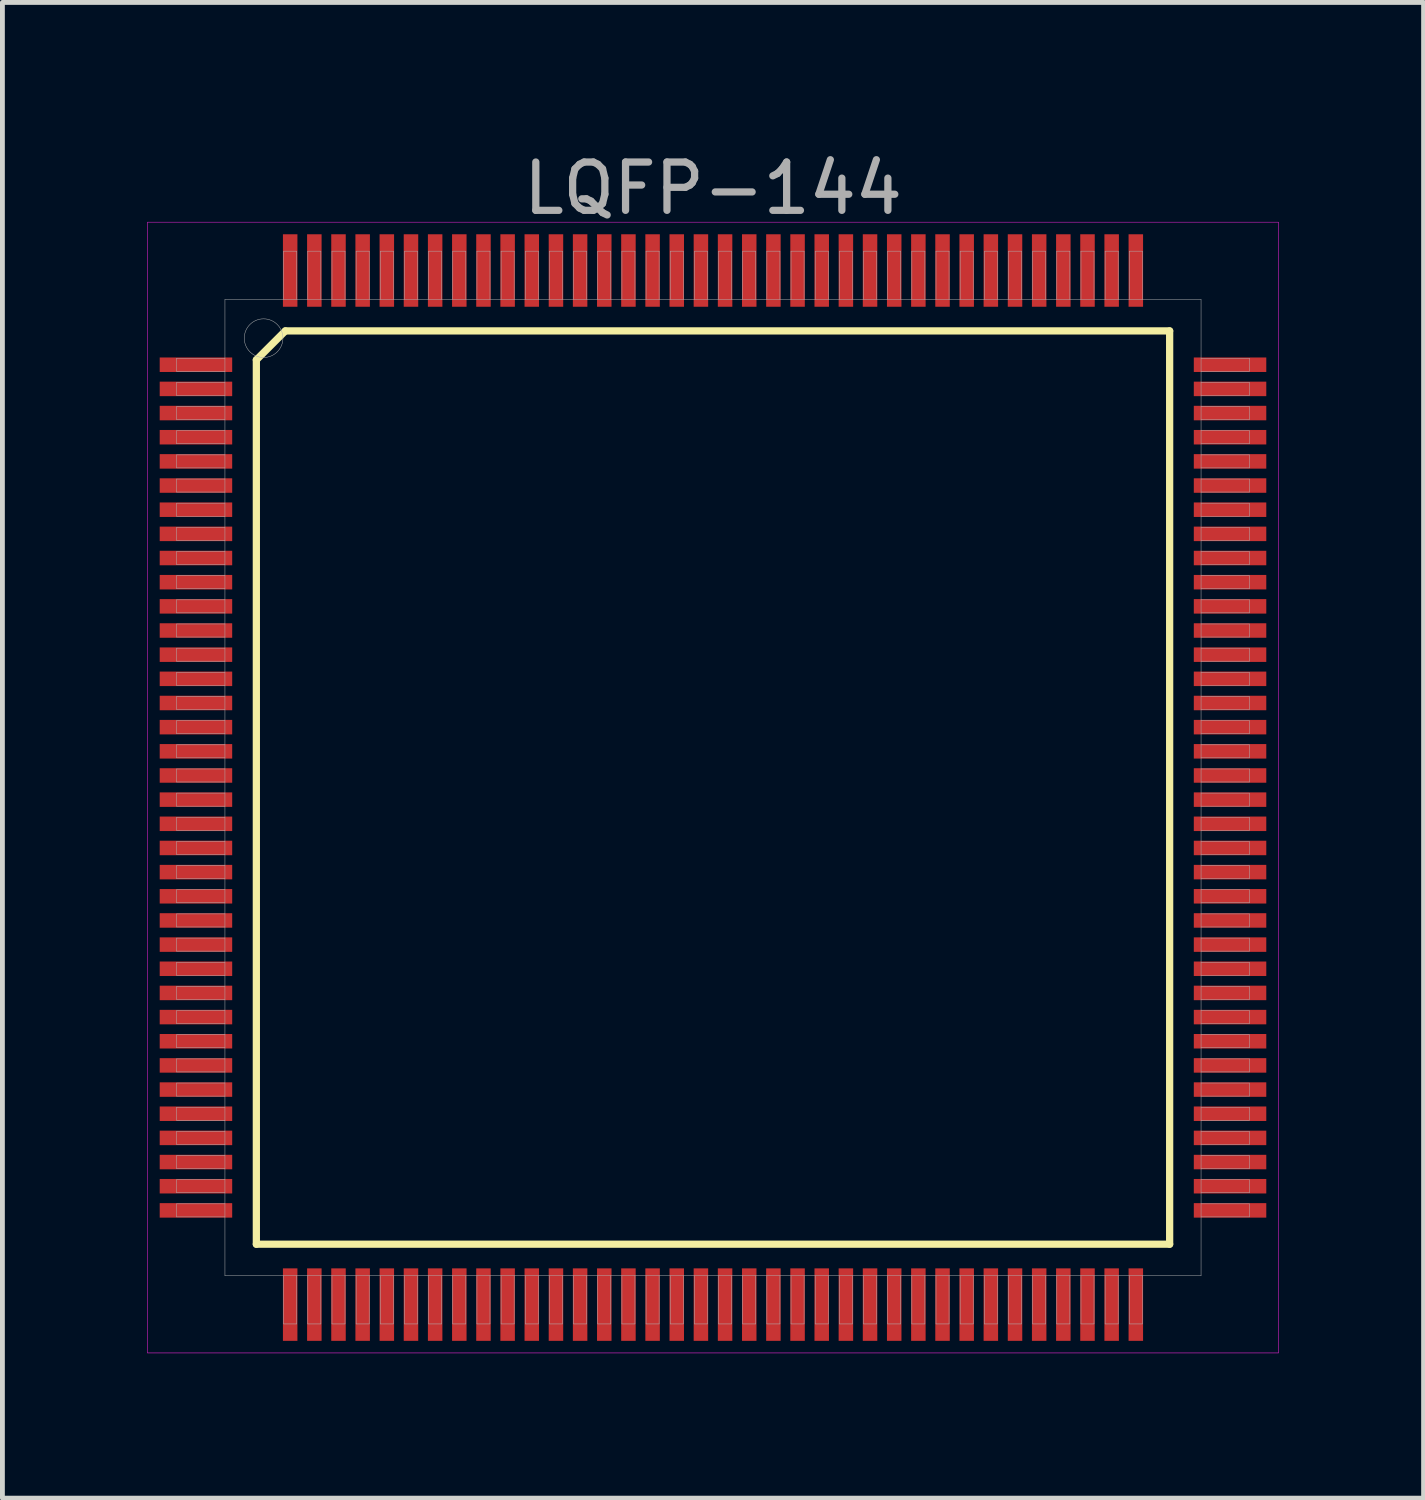
<source format=kicad_pcb>
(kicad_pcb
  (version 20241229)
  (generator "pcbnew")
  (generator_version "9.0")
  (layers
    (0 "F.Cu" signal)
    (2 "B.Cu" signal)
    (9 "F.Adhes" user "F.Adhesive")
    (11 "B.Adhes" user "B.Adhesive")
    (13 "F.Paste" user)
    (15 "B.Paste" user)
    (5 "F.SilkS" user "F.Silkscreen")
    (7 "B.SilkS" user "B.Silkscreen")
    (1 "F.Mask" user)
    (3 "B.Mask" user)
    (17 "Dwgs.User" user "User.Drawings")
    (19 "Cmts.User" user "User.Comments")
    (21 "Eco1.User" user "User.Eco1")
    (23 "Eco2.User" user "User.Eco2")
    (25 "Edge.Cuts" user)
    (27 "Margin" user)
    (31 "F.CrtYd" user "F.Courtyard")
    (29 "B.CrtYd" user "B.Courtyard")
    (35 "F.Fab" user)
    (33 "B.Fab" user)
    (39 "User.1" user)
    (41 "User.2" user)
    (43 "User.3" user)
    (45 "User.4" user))
  (footprint "LQFP-144"
    (layer "F.Cu")
    (at 11.705 13.248)
    (property "Reference" "LQFP-144" (at 0 -12.4 0) (layer "F.Fab") (effects (font (size 1 1) (thickness 0.15))))
    (attr smd)
    (fp_line (start -9.45 -8.85) (end -8.85 -9.45) (stroke (width 0.15) (type solid)) (layer "F.SilkS"))
    (fp_line (start -9.45 9.45) (end -9.45 -8.85) (stroke (width 0.15) (type solid)) (layer "F.SilkS"))
    (fp_line (start -8.85 -9.45) (end 9.45 -9.45) (stroke (width 0.15) (type solid)) (layer "F.SilkS"))
    (fp_line (start 9.45 -9.45) (end 9.45 9.45) (stroke (width 0.15) (type solid)) (layer "F.SilkS"))
    (fp_line (start 9.45 9.45) (end -9.45 9.45) (stroke (width 0.15) (type solid)) (layer "F.SilkS"))
    (fp_line (start -11.7 -11.7) (end 11.7 -11.7) (stroke (width 0.01) (type solid)) (layer "F.CrtYd"))
    (fp_line (start -11.7 11.7) (end -11.7 -11.7) (stroke (width 0.01) (type solid)) (layer "F.CrtYd"))
    (fp_line (start 11.7 -11.7) (end 11.7 11.7) (stroke (width 0.01) (type solid)) (layer "F.CrtYd"))
    (fp_line (start 11.7 11.7) (end -11.7 11.7) (stroke (width 0.01) (type solid)) (layer "F.CrtYd"))
    (fp_line (start -11.1 -8.885) (end -10.1 -8.885) (stroke (width 0.01) (type solid)) (layer "F.Fab"))
    (fp_line (start -11.1 -8.615) (end -11.1 -8.885) (stroke (width 0.01) (type solid)) (layer "F.Fab"))
    (fp_line (start -11.1 -8.385) (end -10.1 -8.385) (stroke (width 0.01) (type solid)) (layer "F.Fab"))
    (fp_line (start -11.1 -8.115) (end -11.1 -8.385) (stroke (width 0.01) (type solid)) (layer "F.Fab"))
    (fp_line (start -11.1 -7.885) (end -10.1 -7.885) (stroke (width 0.01) (type solid)) (layer "F.Fab"))
    (fp_line (start -11.1 -7.615) (end -11.1 -7.885) (stroke (width 0.01) (type solid)) (layer "F.Fab"))
    (fp_line (start -11.1 -7.385) (end -10.1 -7.385) (stroke (width 0.01) (type solid)) (layer "F.Fab"))
    (fp_line (start -11.1 -7.115) (end -11.1 -7.385) (stroke (width 0.01) (type solid)) (layer "F.Fab"))
    (fp_line (start -11.1 -6.885) (end -10.1 -6.885) (stroke (width 0.01) (type solid)) (layer "F.Fab"))
    (fp_line (start -11.1 -6.615) (end -11.1 -6.885) (stroke (width 0.01) (type solid)) (layer "F.Fab"))
    (fp_line (start -11.1 -6.385) (end -10.1 -6.385) (stroke (width 0.01) (type solid)) (layer "F.Fab"))
    (fp_line (start -11.1 -6.115) (end -11.1 -6.385) (stroke (width 0.01) (type solid)) (layer "F.Fab"))
    (fp_line (start -11.1 -5.885) (end -10.1 -5.885) (stroke (width 0.01) (type solid)) (layer "F.Fab"))
    (fp_line (start -11.1 -5.615) (end -11.1 -5.885) (stroke (width 0.01) (type solid)) (layer "F.Fab"))
    (fp_line (start -11.1 -5.385) (end -10.1 -5.385) (stroke (width 0.01) (type solid)) (layer "F.Fab"))
    (fp_line (start -11.1 -5.115) (end -11.1 -5.385) (stroke (width 0.01) (type solid)) (layer "F.Fab"))
    (fp_line (start -11.1 -4.885) (end -10.1 -4.885) (stroke (width 0.01) (type solid)) (layer "F.Fab"))
    (fp_line (start -11.1 -4.615) (end -11.1 -4.885) (stroke (width 0.01) (type solid)) (layer "F.Fab"))
    (fp_line (start -11.1 -4.385) (end -10.1 -4.385) (stroke (width 0.01) (type solid)) (layer "F.Fab"))
    (fp_line (start -11.1 -4.115) (end -11.1 -4.385) (stroke (width 0.01) (type solid)) (layer "F.Fab"))
    (fp_line (start -11.1 -3.885) (end -10.1 -3.885) (stroke (width 0.01) (type solid)) (layer "F.Fab"))
    (fp_line (start -11.1 -3.615) (end -11.1 -3.885) (stroke (width 0.01) (type solid)) (layer "F.Fab"))
    (fp_line (start -11.1 -3.385) (end -10.1 -3.385) (stroke (width 0.01) (type solid)) (layer "F.Fab"))
    (fp_line (start -11.1 -3.115) (end -11.1 -3.385) (stroke (width 0.01) (type solid)) (layer "F.Fab"))
    (fp_line (start -11.1 -2.885) (end -10.1 -2.885) (stroke (width 0.01) (type solid)) (layer "F.Fab"))
    (fp_line (start -11.1 -2.615) (end -11.1 -2.885) (stroke (width 0.01) (type solid)) (layer "F.Fab"))
    (fp_line (start -11.1 -2.385) (end -10.1 -2.385) (stroke (width 0.01) (type solid)) (layer "F.Fab"))
    (fp_line (start -11.1 -2.115) (end -11.1 -2.385) (stroke (width 0.01) (type solid)) (layer "F.Fab"))
    (fp_line (start -11.1 -1.885) (end -10.1 -1.885) (stroke (width 0.01) (type solid)) (layer "F.Fab"))
    (fp_line (start -11.1 -1.615) (end -11.1 -1.885) (stroke (width 0.01) (type solid)) (layer "F.Fab"))
    (fp_line (start -11.1 -1.385) (end -10.1 -1.385) (stroke (width 0.01) (type solid)) (layer "F.Fab"))
    (fp_line (start -11.1 -1.115) (end -11.1 -1.385) (stroke (width 0.01) (type solid)) (layer "F.Fab"))
    (fp_line (start -11.1 -0.885) (end -10.1 -0.885) (stroke (width 0.01) (type solid)) (layer "F.Fab"))
    (fp_line (start -11.1 -0.615) (end -11.1 -0.885) (stroke (width 0.01) (type solid)) (layer "F.Fab"))
    (fp_line (start -11.1 -0.385) (end -10.1 -0.385) (stroke (width 0.01) (type solid)) (layer "F.Fab"))
    (fp_line (start -11.1 -0.115) (end -11.1 -0.385) (stroke (width 0.01) (type solid)) (layer "F.Fab"))
    (fp_line (start -11.1 0.115) (end -10.1 0.115) (stroke (width 0.01) (type solid)) (layer "F.Fab"))
    (fp_line (start -11.1 0.385) (end -11.1 0.115) (stroke (width 0.01) (type solid)) (layer "F.Fab"))
    (fp_line (start -11.1 0.615) (end -10.1 0.615) (stroke (width 0.01) (type solid)) (layer "F.Fab"))
    (fp_line (start -11.1 0.885) (end -11.1 0.615) (stroke (width 0.01) (type solid)) (layer "F.Fab"))
    (fp_line (start -11.1 1.115) (end -10.1 1.115) (stroke (width 0.01) (type solid)) (layer "F.Fab"))
    (fp_line (start -11.1 1.385) (end -11.1 1.115) (stroke (width 0.01) (type solid)) (layer "F.Fab"))
    (fp_line (start -11.1 1.615) (end -10.1 1.615) (stroke (width 0.01) (type solid)) (layer "F.Fab"))
    (fp_line (start -11.1 1.885) (end -11.1 1.615) (stroke (width 0.01) (type solid)) (layer "F.Fab"))
    (fp_line (start -11.1 2.115) (end -10.1 2.115) (stroke (width 0.01) (type solid)) (layer "F.Fab"))
    (fp_line (start -11.1 2.385) (end -11.1 2.115) (stroke (width 0.01) (type solid)) (layer "F.Fab"))
    (fp_line (start -11.1 2.615) (end -10.1 2.615) (stroke (width 0.01) (type solid)) (layer "F.Fab"))
    (fp_line (start -11.1 2.885) (end -11.1 2.615) (stroke (width 0.01) (type solid)) (layer "F.Fab"))
    (fp_line (start -11.1 3.115) (end -10.1 3.115) (stroke (width 0.01) (type solid)) (layer "F.Fab"))
    (fp_line (start -11.1 3.385) (end -11.1 3.115) (stroke (width 0.01) (type solid)) (layer "F.Fab"))
    (fp_line (start -11.1 3.615) (end -10.1 3.615) (stroke (width 0.01) (type solid)) (layer "F.Fab"))
    (fp_line (start -11.1 3.885) (end -11.1 3.615) (stroke (width 0.01) (type solid)) (layer "F.Fab"))
    (fp_line (start -11.1 4.115) (end -10.1 4.115) (stroke (width 0.01) (type solid)) (layer "F.Fab"))
    (fp_line (start -11.1 4.385) (end -11.1 4.115) (stroke (width 0.01) (type solid)) (layer "F.Fab"))
    (fp_line (start -11.1 4.615) (end -10.1 4.615) (stroke (width 0.01) (type solid)) (layer "F.Fab"))
    (fp_line (start -11.1 4.885) (end -11.1 4.615) (stroke (width 0.01) (type solid)) (layer "F.Fab"))
    (fp_line (start -11.1 5.115) (end -10.1 5.115) (stroke (width 0.01) (type solid)) (layer "F.Fab"))
    (fp_line (start -11.1 5.385) (end -11.1 5.115) (stroke (width 0.01) (type solid)) (layer "F.Fab"))
    (fp_line (start -11.1 5.615) (end -10.1 5.615) (stroke (width 0.01) (type solid)) (layer "F.Fab"))
    (fp_line (start -11.1 5.885) (end -11.1 5.615) (stroke (width 0.01) (type solid)) (layer "F.Fab"))
    (fp_line (start -11.1 6.115) (end -10.1 6.115) (stroke (width 0.01) (type solid)) (layer "F.Fab"))
    (fp_line (start -11.1 6.385) (end -11.1 6.115) (stroke (width 0.01) (type solid)) (layer "F.Fab"))
    (fp_line (start -11.1 6.615) (end -10.1 6.615) (stroke (width 0.01) (type solid)) (layer "F.Fab"))
    (fp_line (start -11.1 6.885) (end -11.1 6.615) (stroke (width 0.01) (type solid)) (layer "F.Fab"))
    (fp_line (start -11.1 7.115) (end -10.1 7.115) (stroke (width 0.01) (type solid)) (layer "F.Fab"))
    (fp_line (start -11.1 7.385) (end -11.1 7.115) (stroke (width 0.01) (type solid)) (layer "F.Fab"))
    (fp_line (start -11.1 7.615) (end -10.1 7.615) (stroke (width 0.01) (type solid)) (layer "F.Fab"))
    (fp_line (start -11.1 7.885) (end -11.1 7.615) (stroke (width 0.01) (type solid)) (layer "F.Fab"))
    (fp_line (start -11.1 8.115) (end -10.1 8.115) (stroke (width 0.01) (type solid)) (layer "F.Fab"))
    (fp_line (start -11.1 8.385) (end -11.1 8.115) (stroke (width 0.01) (type solid)) (layer "F.Fab"))
    (fp_line (start -11.1 8.615) (end -10.1 8.615) (stroke (width 0.01) (type solid)) (layer "F.Fab"))
    (fp_line (start -11.1 8.885) (end -11.1 8.615) (stroke (width 0.01) (type solid)) (layer "F.Fab"))
    (fp_line (start -10.1 -10.1) (end 10.1 -10.1) (stroke (width 0.01) (type solid)) (layer "F.Fab"))
    (fp_line (start -10.1 -8.615) (end -11.1 -8.615) (stroke (width 0.01) (type solid)) (layer "F.Fab"))
    (fp_line (start -10.1 -8.115) (end -11.1 -8.115) (stroke (width 0.01) (type solid)) (layer "F.Fab"))
    (fp_line (start -10.1 -7.615) (end -11.1 -7.615) (stroke (width 0.01) (type solid)) (layer "F.Fab"))
    (fp_line (start -10.1 -7.115) (end -11.1 -7.115) (stroke (width 0.01) (type solid)) (layer "F.Fab"))
    (fp_line (start -10.1 -6.615) (end -11.1 -6.615) (stroke (width 0.01) (type solid)) (layer "F.Fab"))
    (fp_line (start -10.1 -6.115) (end -11.1 -6.115) (stroke (width 0.01) (type solid)) (layer "F.Fab"))
    (fp_line (start -10.1 -5.615) (end -11.1 -5.615) (stroke (width 0.01) (type solid)) (layer "F.Fab"))
    (fp_line (start -10.1 -5.115) (end -11.1 -5.115) (stroke (width 0.01) (type solid)) (layer "F.Fab"))
    (fp_line (start -10.1 -4.615) (end -11.1 -4.615) (stroke (width 0.01) (type solid)) (layer "F.Fab"))
    (fp_line (start -10.1 -4.115) (end -11.1 -4.115) (stroke (width 0.01) (type solid)) (layer "F.Fab"))
    (fp_line (start -10.1 -3.615) (end -11.1 -3.615) (stroke (width 0.01) (type solid)) (layer "F.Fab"))
    (fp_line (start -10.1 -3.115) (end -11.1 -3.115) (stroke (width 0.01) (type solid)) (layer "F.Fab"))
    (fp_line (start -10.1 -2.615) (end -11.1 -2.615) (stroke (width 0.01) (type solid)) (layer "F.Fab"))
    (fp_line (start -10.1 -2.115) (end -11.1 -2.115) (stroke (width 0.01) (type solid)) (layer "F.Fab"))
    (fp_line (start -10.1 -1.615) (end -11.1 -1.615) (stroke (width 0.01) (type solid)) (layer "F.Fab"))
    (fp_line (start -10.1 -1.115) (end -11.1 -1.115) (stroke (width 0.01) (type solid)) (layer "F.Fab"))
    (fp_line (start -10.1 -0.615) (end -11.1 -0.615) (stroke (width 0.01) (type solid)) (layer "F.Fab"))
    (fp_line (start -10.1 -0.115) (end -11.1 -0.115) (stroke (width 0.01) (type solid)) (layer "F.Fab"))
    (fp_line (start -10.1 0.385) (end -11.1 0.385) (stroke (width 0.01) (type solid)) (layer "F.Fab"))
    (fp_line (start -10.1 0.885) (end -11.1 0.885) (stroke (width 0.01) (type solid)) (layer "F.Fab"))
    (fp_line (start -10.1 1.385) (end -11.1 1.385) (stroke (width 0.01) (type solid)) (layer "F.Fab"))
    (fp_line (start -10.1 1.885) (end -11.1 1.885) (stroke (width 0.01) (type solid)) (layer "F.Fab"))
    (fp_line (start -10.1 2.385) (end -11.1 2.385) (stroke (width 0.01) (type solid)) (layer "F.Fab"))
    (fp_line (start -10.1 2.885) (end -11.1 2.885) (stroke (width 0.01) (type solid)) (layer "F.Fab"))
    (fp_line (start -10.1 3.385) (end -11.1 3.385) (stroke (width 0.01) (type solid)) (layer "F.Fab"))
    (fp_line (start -10.1 3.885) (end -11.1 3.885) (stroke (width 0.01) (type solid)) (layer "F.Fab"))
    (fp_line (start -10.1 4.385) (end -11.1 4.385) (stroke (width 0.01) (type solid)) (layer "F.Fab"))
    (fp_line (start -10.1 4.885) (end -11.1 4.885) (stroke (width 0.01) (type solid)) (layer "F.Fab"))
    (fp_line (start -10.1 5.385) (end -11.1 5.385) (stroke (width 0.01) (type solid)) (layer "F.Fab"))
    (fp_line (start -10.1 5.885) (end -11.1 5.885) (stroke (width 0.01) (type solid)) (layer "F.Fab"))
    (fp_line (start -10.1 6.385) (end -11.1 6.385) (stroke (width 0.01) (type solid)) (layer "F.Fab"))
    (fp_line (start -10.1 6.885) (end -11.1 6.885) (stroke (width 0.01) (type solid)) (layer "F.Fab"))
    (fp_line (start -10.1 7.385) (end -11.1 7.385) (stroke (width 0.01) (type solid)) (layer "F.Fab"))
    (fp_line (start -10.1 7.885) (end -11.1 7.885) (stroke (width 0.01) (type solid)) (layer "F.Fab"))
    (fp_line (start -10.1 8.385) (end -11.1 8.385) (stroke (width 0.01) (type solid)) (layer "F.Fab"))
    (fp_line (start -10.1 8.885) (end -11.1 8.885) (stroke (width 0.01) (type solid)) (layer "F.Fab"))
    (fp_line (start -10.1 10.1) (end -10.1 -10.1) (stroke (width 0.01) (type solid)) (layer "F.Fab"))
    (fp_line (start -8.885 -11.1) (end -8.615 -11.1) (stroke (width 0.01) (type solid)) (layer "F.Fab"))
    (fp_line (start -8.885 -10.1) (end -8.885 -11.1) (stroke (width 0.01) (type solid)) (layer "F.Fab"))
    (fp_line (start -8.885 11.1) (end -8.885 10.1) (stroke (width 0.01) (type solid)) (layer "F.Fab"))
    (fp_line (start -8.615 -11.1) (end -8.615 -10.1) (stroke (width 0.01) (type solid)) (layer "F.Fab"))
    (fp_line (start -8.615 10.1) (end -8.615 11.1) (stroke (width 0.01) (type solid)) (layer "F.Fab"))
    (fp_line (start -8.615 11.1) (end -8.885 11.1) (stroke (width 0.01) (type solid)) (layer "F.Fab"))
    (fp_line (start -8.385 -11.1) (end -8.115 -11.1) (stroke (width 0.01) (type solid)) (layer "F.Fab"))
    (fp_line (start -8.385 -10.1) (end -8.385 -11.1) (stroke (width 0.01) (type solid)) (layer "F.Fab"))
    (fp_line (start -8.385 11.1) (end -8.385 10.1) (stroke (width 0.01) (type solid)) (layer "F.Fab"))
    (fp_line (start -8.115 -11.1) (end -8.115 -10.1) (stroke (width 0.01) (type solid)) (layer "F.Fab"))
    (fp_line (start -8.115 10.1) (end -8.115 11.1) (stroke (width 0.01) (type solid)) (layer "F.Fab"))
    (fp_line (start -8.115 11.1) (end -8.385 11.1) (stroke (width 0.01) (type solid)) (layer "F.Fab"))
    (fp_line (start -7.885 -11.1) (end -7.615 -11.1) (stroke (width 0.01) (type solid)) (layer "F.Fab"))
    (fp_line (start -7.885 -10.1) (end -7.885 -11.1) (stroke (width 0.01) (type solid)) (layer "F.Fab"))
    (fp_line (start -7.885 11.1) (end -7.885 10.1) (stroke (width 0.01) (type solid)) (layer "F.Fab"))
    (fp_line (start -7.615 -11.1) (end -7.615 -10.1) (stroke (width 0.01) (type solid)) (layer "F.Fab"))
    (fp_line (start -7.615 10.1) (end -7.615 11.1) (stroke (width 0.01) (type solid)) (layer "F.Fab"))
    (fp_line (start -7.615 11.1) (end -7.885 11.1) (stroke (width 0.01) (type solid)) (layer "F.Fab"))
    (fp_line (start -7.385 -11.1) (end -7.115 -11.1) (stroke (width 0.01) (type solid)) (layer "F.Fab"))
    (fp_line (start -7.385 -10.1) (end -7.385 -11.1) (stroke (width 0.01) (type solid)) (layer "F.Fab"))
    (fp_line (start -7.385 11.1) (end -7.385 10.1) (stroke (width 0.01) (type solid)) (layer "F.Fab"))
    (fp_line (start -7.115 -11.1) (end -7.115 -10.1) (stroke (width 0.01) (type solid)) (layer "F.Fab"))
    (fp_line (start -7.115 10.1) (end -7.115 11.1) (stroke (width 0.01) (type solid)) (layer "F.Fab"))
    (fp_line (start -7.115 11.1) (end -7.385 11.1) (stroke (width 0.01) (type solid)) (layer "F.Fab"))
    (fp_line (start -6.885 -11.1) (end -6.615 -11.1) (stroke (width 0.01) (type solid)) (layer "F.Fab"))
    (fp_line (start -6.885 -10.1) (end -6.885 -11.1) (stroke (width 0.01) (type solid)) (layer "F.Fab"))
    (fp_line (start -6.885 11.1) (end -6.885 10.1) (stroke (width 0.01) (type solid)) (layer "F.Fab"))
    (fp_line (start -6.615 -11.1) (end -6.615 -10.1) (stroke (width 0.01) (type solid)) (layer "F.Fab"))
    (fp_line (start -6.615 10.1) (end -6.615 11.1) (stroke (width 0.01) (type solid)) (layer "F.Fab"))
    (fp_line (start -6.615 11.1) (end -6.885 11.1) (stroke (width 0.01) (type solid)) (layer "F.Fab"))
    (fp_line (start -6.385 -11.1) (end -6.115 -11.1) (stroke (width 0.01) (type solid)) (layer "F.Fab"))
    (fp_line (start -6.385 -10.1) (end -6.385 -11.1) (stroke (width 0.01) (type solid)) (layer "F.Fab"))
    (fp_line (start -6.385 11.1) (end -6.385 10.1) (stroke (width 0.01) (type solid)) (layer "F.Fab"))
    (fp_line (start -6.115 -11.1) (end -6.115 -10.1) (stroke (width 0.01) (type solid)) (layer "F.Fab"))
    (fp_line (start -6.115 10.1) (end -6.115 11.1) (stroke (width 0.01) (type solid)) (layer "F.Fab"))
    (fp_line (start -6.115 11.1) (end -6.385 11.1) (stroke (width 0.01) (type solid)) (layer "F.Fab"))
    (fp_line (start -5.885 -11.1) (end -5.615 -11.1) (stroke (width 0.01) (type solid)) (layer "F.Fab"))
    (fp_line (start -5.885 -10.1) (end -5.885 -11.1) (stroke (width 0.01) (type solid)) (layer "F.Fab"))
    (fp_line (start -5.885 11.1) (end -5.885 10.1) (stroke (width 0.01) (type solid)) (layer "F.Fab"))
    (fp_line (start -5.615 -11.1) (end -5.615 -10.1) (stroke (width 0.01) (type solid)) (layer "F.Fab"))
    (fp_line (start -5.615 10.1) (end -5.615 11.1) (stroke (width 0.01) (type solid)) (layer "F.Fab"))
    (fp_line (start -5.615 11.1) (end -5.885 11.1) (stroke (width 0.01) (type solid)) (layer "F.Fab"))
    (fp_line (start -5.385 -11.1) (end -5.115 -11.1) (stroke (width 0.01) (type solid)) (layer "F.Fab"))
    (fp_line (start -5.385 -10.1) (end -5.385 -11.1) (stroke (width 0.01) (type solid)) (layer "F.Fab"))
    (fp_line (start -5.385 11.1) (end -5.385 10.1) (stroke (width 0.01) (type solid)) (layer "F.Fab"))
    (fp_line (start -5.115 -11.1) (end -5.115 -10.1) (stroke (width 0.01) (type solid)) (layer "F.Fab"))
    (fp_line (start -5.115 10.1) (end -5.115 11.1) (stroke (width 0.01) (type solid)) (layer "F.Fab"))
    (fp_line (start -5.115 11.1) (end -5.385 11.1) (stroke (width 0.01) (type solid)) (layer "F.Fab"))
    (fp_line (start -4.885 -11.1) (end -4.615 -11.1) (stroke (width 0.01) (type solid)) (layer "F.Fab"))
    (fp_line (start -4.885 -10.1) (end -4.885 -11.1) (stroke (width 0.01) (type solid)) (layer "F.Fab"))
    (fp_line (start -4.885 11.1) (end -4.885 10.1) (stroke (width 0.01) (type solid)) (layer "F.Fab"))
    (fp_line (start -4.615 -11.1) (end -4.615 -10.1) (stroke (width 0.01) (type solid)) (layer "F.Fab"))
    (fp_line (start -4.615 10.1) (end -4.615 11.1) (stroke (width 0.01) (type solid)) (layer "F.Fab"))
    (fp_line (start -4.615 11.1) (end -4.885 11.1) (stroke (width 0.01) (type solid)) (layer "F.Fab"))
    (fp_line (start -4.385 -11.1) (end -4.115 -11.1) (stroke (width 0.01) (type solid)) (layer "F.Fab"))
    (fp_line (start -4.385 -10.1) (end -4.385 -11.1) (stroke (width 0.01) (type solid)) (layer "F.Fab"))
    (fp_line (start -4.385 11.1) (end -4.385 10.1) (stroke (width 0.01) (type solid)) (layer "F.Fab"))
    (fp_line (start -4.115 -11.1) (end -4.115 -10.1) (stroke (width 0.01) (type solid)) (layer "F.Fab"))
    (fp_line (start -4.115 10.1) (end -4.115 11.1) (stroke (width 0.01) (type solid)) (layer "F.Fab"))
    (fp_line (start -4.115 11.1) (end -4.385 11.1) (stroke (width 0.01) (type solid)) (layer "F.Fab"))
    (fp_line (start -3.885 -11.1) (end -3.615 -11.1) (stroke (width 0.01) (type solid)) (layer "F.Fab"))
    (fp_line (start -3.885 -10.1) (end -3.885 -11.1) (stroke (width 0.01) (type solid)) (layer "F.Fab"))
    (fp_line (start -3.885 11.1) (end -3.885 10.1) (stroke (width 0.01) (type solid)) (layer "F.Fab"))
    (fp_line (start -3.615 -11.1) (end -3.615 -10.1) (stroke (width 0.01) (type solid)) (layer "F.Fab"))
    (fp_line (start -3.615 10.1) (end -3.615 11.1) (stroke (width 0.01) (type solid)) (layer "F.Fab"))
    (fp_line (start -3.615 11.1) (end -3.885 11.1) (stroke (width 0.01) (type solid)) (layer "F.Fab"))
    (fp_line (start -3.385 -11.1) (end -3.115 -11.1) (stroke (width 0.01) (type solid)) (layer "F.Fab"))
    (fp_line (start -3.385 -10.1) (end -3.385 -11.1) (stroke (width 0.01) (type solid)) (layer "F.Fab"))
    (fp_line (start -3.385 11.1) (end -3.385 10.1) (stroke (width 0.01) (type solid)) (layer "F.Fab"))
    (fp_line (start -3.115 -11.1) (end -3.115 -10.1) (stroke (width 0.01) (type solid)) (layer "F.Fab"))
    (fp_line (start -3.115 10.1) (end -3.115 11.1) (stroke (width 0.01) (type solid)) (layer "F.Fab"))
    (fp_line (start -3.115 11.1) (end -3.385 11.1) (stroke (width 0.01) (type solid)) (layer "F.Fab"))
    (fp_line (start -2.885 -11.1) (end -2.615 -11.1) (stroke (width 0.01) (type solid)) (layer "F.Fab"))
    (fp_line (start -2.885 -10.1) (end -2.885 -11.1) (stroke (width 0.01) (type solid)) (layer "F.Fab"))
    (fp_line (start -2.885 11.1) (end -2.885 10.1) (stroke (width 0.01) (type solid)) (layer "F.Fab"))
    (fp_line (start -2.615 -11.1) (end -2.615 -10.1) (stroke (width 0.01) (type solid)) (layer "F.Fab"))
    (fp_line (start -2.615 10.1) (end -2.615 11.1) (stroke (width 0.01) (type solid)) (layer "F.Fab"))
    (fp_line (start -2.615 11.1) (end -2.885 11.1) (stroke (width 0.01) (type solid)) (layer "F.Fab"))
    (fp_line (start -2.385 -11.1) (end -2.115 -11.1) (stroke (width 0.01) (type solid)) (layer "F.Fab"))
    (fp_line (start -2.385 -10.1) (end -2.385 -11.1) (stroke (width 0.01) (type solid)) (layer "F.Fab"))
    (fp_line (start -2.385 11.1) (end -2.385 10.1) (stroke (width 0.01) (type solid)) (layer "F.Fab"))
    (fp_line (start -2.115 -11.1) (end -2.115 -10.1) (stroke (width 0.01) (type solid)) (layer "F.Fab"))
    (fp_line (start -2.115 10.1) (end -2.115 11.1) (stroke (width 0.01) (type solid)) (layer "F.Fab"))
    (fp_line (start -2.115 11.1) (end -2.385 11.1) (stroke (width 0.01) (type solid)) (layer "F.Fab"))
    (fp_line (start -1.885 -11.1) (end -1.615 -11.1) (stroke (width 0.01) (type solid)) (layer "F.Fab"))
    (fp_line (start -1.885 -10.1) (end -1.885 -11.1) (stroke (width 0.01) (type solid)) (layer "F.Fab"))
    (fp_line (start -1.885 11.1) (end -1.885 10.1) (stroke (width 0.01) (type solid)) (layer "F.Fab"))
    (fp_line (start -1.615 -11.1) (end -1.615 -10.1) (stroke (width 0.01) (type solid)) (layer "F.Fab"))
    (fp_line (start -1.615 10.1) (end -1.615 11.1) (stroke (width 0.01) (type solid)) (layer "F.Fab"))
    (fp_line (start -1.615 11.1) (end -1.885 11.1) (stroke (width 0.01) (type solid)) (layer "F.Fab"))
    (fp_line (start -1.385 -11.1) (end -1.115 -11.1) (stroke (width 0.01) (type solid)) (layer "F.Fab"))
    (fp_line (start -1.385 -10.1) (end -1.385 -11.1) (stroke (width 0.01) (type solid)) (layer "F.Fab"))
    (fp_line (start -1.385 11.1) (end -1.385 10.1) (stroke (width 0.01) (type solid)) (layer "F.Fab"))
    (fp_line (start -1.115 -11.1) (end -1.115 -10.1) (stroke (width 0.01) (type solid)) (layer "F.Fab"))
    (fp_line (start -1.115 10.1) (end -1.115 11.1) (stroke (width 0.01) (type solid)) (layer "F.Fab"))
    (fp_line (start -1.115 11.1) (end -1.385 11.1) (stroke (width 0.01) (type solid)) (layer "F.Fab"))
    (fp_line (start -0.885 -11.1) (end -0.615 -11.1) (stroke (width 0.01) (type solid)) (layer "F.Fab"))
    (fp_line (start -0.885 -10.1) (end -0.885 -11.1) (stroke (width 0.01) (type solid)) (layer "F.Fab"))
    (fp_line (start -0.885 11.1) (end -0.885 10.1) (stroke (width 0.01) (type solid)) (layer "F.Fab"))
    (fp_line (start -0.615 -11.1) (end -0.615 -10.1) (stroke (width 0.01) (type solid)) (layer "F.Fab"))
    (fp_line (start -0.615 10.1) (end -0.615 11.1) (stroke (width 0.01) (type solid)) (layer "F.Fab"))
    (fp_line (start -0.615 11.1) (end -0.885 11.1) (stroke (width 0.01) (type solid)) (layer "F.Fab"))
    (fp_line (start -0.385 -11.1) (end -0.115 -11.1) (stroke (width 0.01) (type solid)) (layer "F.Fab"))
    (fp_line (start -0.385 -10.1) (end -0.385 -11.1) (stroke (width 0.01) (type solid)) (layer "F.Fab"))
    (fp_line (start -0.385 11.1) (end -0.385 10.1) (stroke (width 0.01) (type solid)) (layer "F.Fab"))
    (fp_line (start -0.115 -11.1) (end -0.115 -10.1) (stroke (width 0.01) (type solid)) (layer "F.Fab"))
    (fp_line (start -0.115 10.1) (end -0.115 11.1) (stroke (width 0.01) (type solid)) (layer "F.Fab"))
    (fp_line (start -0.115 11.1) (end -0.385 11.1) (stroke (width 0.01) (type solid)) (layer "F.Fab"))
    (fp_line (start 0.115 -11.1) (end 0.385 -11.1) (stroke (width 0.01) (type solid)) (layer "F.Fab"))
    (fp_line (start 0.115 -10.1) (end 0.115 -11.1) (stroke (width 0.01) (type solid)) (layer "F.Fab"))
    (fp_line (start 0.115 11.1) (end 0.115 10.1) (stroke (width 0.01) (type solid)) (layer "F.Fab"))
    (fp_line (start 0.385 -11.1) (end 0.385 -10.1) (stroke (width 0.01) (type solid)) (layer "F.Fab"))
    (fp_line (start 0.385 10.1) (end 0.385 11.1) (stroke (width 0.01) (type solid)) (layer "F.Fab"))
    (fp_line (start 0.385 11.1) (end 0.115 11.1) (stroke (width 0.01) (type solid)) (layer "F.Fab"))
    (fp_line (start 0.615 -11.1) (end 0.885 -11.1) (stroke (width 0.01) (type solid)) (layer "F.Fab"))
    (fp_line (start 0.615 -10.1) (end 0.615 -11.1) (stroke (width 0.01) (type solid)) (layer "F.Fab"))
    (fp_line (start 0.615 11.1) (end 0.615 10.1) (stroke (width 0.01) (type solid)) (layer "F.Fab"))
    (fp_line (start 0.885 -11.1) (end 0.885 -10.1) (stroke (width 0.01) (type solid)) (layer "F.Fab"))
    (fp_line (start 0.885 10.1) (end 0.885 11.1) (stroke (width 0.01) (type solid)) (layer "F.Fab"))
    (fp_line (start 0.885 11.1) (end 0.615 11.1) (stroke (width 0.01) (type solid)) (layer "F.Fab"))
    (fp_line (start 1.115 -11.1) (end 1.385 -11.1) (stroke (width 0.01) (type solid)) (layer "F.Fab"))
    (fp_line (start 1.115 -10.1) (end 1.115 -11.1) (stroke (width 0.01) (type solid)) (layer "F.Fab"))
    (fp_line (start 1.115 11.1) (end 1.115 10.1) (stroke (width 0.01) (type solid)) (layer "F.Fab"))
    (fp_line (start 1.385 -11.1) (end 1.385 -10.1) (stroke (width 0.01) (type solid)) (layer "F.Fab"))
    (fp_line (start 1.385 10.1) (end 1.385 11.1) (stroke (width 0.01) (type solid)) (layer "F.Fab"))
    (fp_line (start 1.385 11.1) (end 1.115 11.1) (stroke (width 0.01) (type solid)) (layer "F.Fab"))
    (fp_line (start 1.615 -11.1) (end 1.885 -11.1) (stroke (width 0.01) (type solid)) (layer "F.Fab"))
    (fp_line (start 1.615 -10.1) (end 1.615 -11.1) (stroke (width 0.01) (type solid)) (layer "F.Fab"))
    (fp_line (start 1.615 11.1) (end 1.615 10.1) (stroke (width 0.01) (type solid)) (layer "F.Fab"))
    (fp_line (start 1.885 -11.1) (end 1.885 -10.1) (stroke (width 0.01) (type solid)) (layer "F.Fab"))
    (fp_line (start 1.885 10.1) (end 1.885 11.1) (stroke (width 0.01) (type solid)) (layer "F.Fab"))
    (fp_line (start 1.885 11.1) (end 1.615 11.1) (stroke (width 0.01) (type solid)) (layer "F.Fab"))
    (fp_line (start 2.115 -11.1) (end 2.385 -11.1) (stroke (width 0.01) (type solid)) (layer "F.Fab"))
    (fp_line (start 2.115 -10.1) (end 2.115 -11.1) (stroke (width 0.01) (type solid)) (layer "F.Fab"))
    (fp_line (start 2.115 11.1) (end 2.115 10.1) (stroke (width 0.01) (type solid)) (layer "F.Fab"))
    (fp_line (start 2.385 -11.1) (end 2.385 -10.1) (stroke (width 0.01) (type solid)) (layer "F.Fab"))
    (fp_line (start 2.385 10.1) (end 2.385 11.1) (stroke (width 0.01) (type solid)) (layer "F.Fab"))
    (fp_line (start 2.385 11.1) (end 2.115 11.1) (stroke (width 0.01) (type solid)) (layer "F.Fab"))
    (fp_line (start 2.615 -11.1) (end 2.885 -11.1) (stroke (width 0.01) (type solid)) (layer "F.Fab"))
    (fp_line (start 2.615 -10.1) (end 2.615 -11.1) (stroke (width 0.01) (type solid)) (layer "F.Fab"))
    (fp_line (start 2.615 11.1) (end 2.615 10.1) (stroke (width 0.01) (type solid)) (layer "F.Fab"))
    (fp_line (start 2.885 -11.1) (end 2.885 -10.1) (stroke (width 0.01) (type solid)) (layer "F.Fab"))
    (fp_line (start 2.885 10.1) (end 2.885 11.1) (stroke (width 0.01) (type solid)) (layer "F.Fab"))
    (fp_line (start 2.885 11.1) (end 2.615 11.1) (stroke (width 0.01) (type solid)) (layer "F.Fab"))
    (fp_line (start 3.115 -11.1) (end 3.385 -11.1) (stroke (width 0.01) (type solid)) (layer "F.Fab"))
    (fp_line (start 3.115 -10.1) (end 3.115 -11.1) (stroke (width 0.01) (type solid)) (layer "F.Fab"))
    (fp_line (start 3.115 11.1) (end 3.115 10.1) (stroke (width 0.01) (type solid)) (layer "F.Fab"))
    (fp_line (start 3.385 -11.1) (end 3.385 -10.1) (stroke (width 0.01) (type solid)) (layer "F.Fab"))
    (fp_line (start 3.385 10.1) (end 3.385 11.1) (stroke (width 0.01) (type solid)) (layer "F.Fab"))
    (fp_line (start 3.385 11.1) (end 3.115 11.1) (stroke (width 0.01) (type solid)) (layer "F.Fab"))
    (fp_line (start 3.615 -11.1) (end 3.885 -11.1) (stroke (width 0.01) (type solid)) (layer "F.Fab"))
    (fp_line (start 3.615 -10.1) (end 3.615 -11.1) (stroke (width 0.01) (type solid)) (layer "F.Fab"))
    (fp_line (start 3.615 11.1) (end 3.615 10.1) (stroke (width 0.01) (type solid)) (layer "F.Fab"))
    (fp_line (start 3.885 -11.1) (end 3.885 -10.1) (stroke (width 0.01) (type solid)) (layer "F.Fab"))
    (fp_line (start 3.885 10.1) (end 3.885 11.1) (stroke (width 0.01) (type solid)) (layer "F.Fab"))
    (fp_line (start 3.885 11.1) (end 3.615 11.1) (stroke (width 0.01) (type solid)) (layer "F.Fab"))
    (fp_line (start 4.115 -11.1) (end 4.385 -11.1) (stroke (width 0.01) (type solid)) (layer "F.Fab"))
    (fp_line (start 4.115 -10.1) (end 4.115 -11.1) (stroke (width 0.01) (type solid)) (layer "F.Fab"))
    (fp_line (start 4.115 11.1) (end 4.115 10.1) (stroke (width 0.01) (type solid)) (layer "F.Fab"))
    (fp_line (start 4.385 -11.1) (end 4.385 -10.1) (stroke (width 0.01) (type solid)) (layer "F.Fab"))
    (fp_line (start 4.385 10.1) (end 4.385 11.1) (stroke (width 0.01) (type solid)) (layer "F.Fab"))
    (fp_line (start 4.385 11.1) (end 4.115 11.1) (stroke (width 0.01) (type solid)) (layer "F.Fab"))
    (fp_line (start 4.615 -11.1) (end 4.885 -11.1) (stroke (width 0.01) (type solid)) (layer "F.Fab"))
    (fp_line (start 4.615 -10.1) (end 4.615 -11.1) (stroke (width 0.01) (type solid)) (layer "F.Fab"))
    (fp_line (start 4.615 11.1) (end 4.615 10.1) (stroke (width 0.01) (type solid)) (layer "F.Fab"))
    (fp_line (start 4.885 -11.1) (end 4.885 -10.1) (stroke (width 0.01) (type solid)) (layer "F.Fab"))
    (fp_line (start 4.885 10.1) (end 4.885 11.1) (stroke (width 0.01) (type solid)) (layer "F.Fab"))
    (fp_line (start 4.885 11.1) (end 4.615 11.1) (stroke (width 0.01) (type solid)) (layer "F.Fab"))
    (fp_line (start 5.115 -11.1) (end 5.385 -11.1) (stroke (width 0.01) (type solid)) (layer "F.Fab"))
    (fp_line (start 5.115 -10.1) (end 5.115 -11.1) (stroke (width 0.01) (type solid)) (layer "F.Fab"))
    (fp_line (start 5.115 11.1) (end 5.115 10.1) (stroke (width 0.01) (type solid)) (layer "F.Fab"))
    (fp_line (start 5.385 -11.1) (end 5.385 -10.1) (stroke (width 0.01) (type solid)) (layer "F.Fab"))
    (fp_line (start 5.385 10.1) (end 5.385 11.1) (stroke (width 0.01) (type solid)) (layer "F.Fab"))
    (fp_line (start 5.385 11.1) (end 5.115 11.1) (stroke (width 0.01) (type solid)) (layer "F.Fab"))
    (fp_line (start 5.615 -11.1) (end 5.885 -11.1) (stroke (width 0.01) (type solid)) (layer "F.Fab"))
    (fp_line (start 5.615 -10.1) (end 5.615 -11.1) (stroke (width 0.01) (type solid)) (layer "F.Fab"))
    (fp_line (start 5.615 11.1) (end 5.615 10.1) (stroke (width 0.01) (type solid)) (layer "F.Fab"))
    (fp_line (start 5.885 -11.1) (end 5.885 -10.1) (stroke (width 0.01) (type solid)) (layer "F.Fab"))
    (fp_line (start 5.885 10.1) (end 5.885 11.1) (stroke (width 0.01) (type solid)) (layer "F.Fab"))
    (fp_line (start 5.885 11.1) (end 5.615 11.1) (stroke (width 0.01) (type solid)) (layer "F.Fab"))
    (fp_line (start 6.115 -11.1) (end 6.385 -11.1) (stroke (width 0.01) (type solid)) (layer "F.Fab"))
    (fp_line (start 6.115 -10.1) (end 6.115 -11.1) (stroke (width 0.01) (type solid)) (layer "F.Fab"))
    (fp_line (start 6.115 11.1) (end 6.115 10.1) (stroke (width 0.01) (type solid)) (layer "F.Fab"))
    (fp_line (start 6.385 -11.1) (end 6.385 -10.1) (stroke (width 0.01) (type solid)) (layer "F.Fab"))
    (fp_line (start 6.385 10.1) (end 6.385 11.1) (stroke (width 0.01) (type solid)) (layer "F.Fab"))
    (fp_line (start 6.385 11.1) (end 6.115 11.1) (stroke (width 0.01) (type solid)) (layer "F.Fab"))
    (fp_line (start 6.615 -11.1) (end 6.885 -11.1) (stroke (width 0.01) (type solid)) (layer "F.Fab"))
    (fp_line (start 6.615 -10.1) (end 6.615 -11.1) (stroke (width 0.01) (type solid)) (layer "F.Fab"))
    (fp_line (start 6.615 11.1) (end 6.615 10.1) (stroke (width 0.01) (type solid)) (layer "F.Fab"))
    (fp_line (start 6.885 -11.1) (end 6.885 -10.1) (stroke (width 0.01) (type solid)) (layer "F.Fab"))
    (fp_line (start 6.885 10.1) (end 6.885 11.1) (stroke (width 0.01) (type solid)) (layer "F.Fab"))
    (fp_line (start 6.885 11.1) (end 6.615 11.1) (stroke (width 0.01) (type solid)) (layer "F.Fab"))
    (fp_line (start 7.115 -11.1) (end 7.385 -11.1) (stroke (width 0.01) (type solid)) (layer "F.Fab"))
    (fp_line (start 7.115 -10.1) (end 7.115 -11.1) (stroke (width 0.01) (type solid)) (layer "F.Fab"))
    (fp_line (start 7.115 11.1) (end 7.115 10.1) (stroke (width 0.01) (type solid)) (layer "F.Fab"))
    (fp_line (start 7.385 -11.1) (end 7.385 -10.1) (stroke (width 0.01) (type solid)) (layer "F.Fab"))
    (fp_line (start 7.385 10.1) (end 7.385 11.1) (stroke (width 0.01) (type solid)) (layer "F.Fab"))
    (fp_line (start 7.385 11.1) (end 7.115 11.1) (stroke (width 0.01) (type solid)) (layer "F.Fab"))
    (fp_line (start 7.615 -11.1) (end 7.885 -11.1) (stroke (width 0.01) (type solid)) (layer "F.Fab"))
    (fp_line (start 7.615 -10.1) (end 7.615 -11.1) (stroke (width 0.01) (type solid)) (layer "F.Fab"))
    (fp_line (start 7.615 11.1) (end 7.615 10.1) (stroke (width 0.01) (type solid)) (layer "F.Fab"))
    (fp_line (start 7.885 -11.1) (end 7.885 -10.1) (stroke (width 0.01) (type solid)) (layer "F.Fab"))
    (fp_line (start 7.885 10.1) (end 7.885 11.1) (stroke (width 0.01) (type solid)) (layer "F.Fab"))
    (fp_line (start 7.885 11.1) (end 7.615 11.1) (stroke (width 0.01) (type solid)) (layer "F.Fab"))
    (fp_line (start 8.115 -11.1) (end 8.385 -11.1) (stroke (width 0.01) (type solid)) (layer "F.Fab"))
    (fp_line (start 8.115 -10.1) (end 8.115 -11.1) (stroke (width 0.01) (type solid)) (layer "F.Fab"))
    (fp_line (start 8.115 11.1) (end 8.115 10.1) (stroke (width 0.01) (type solid)) (layer "F.Fab"))
    (fp_line (start 8.385 -11.1) (end 8.385 -10.1) (stroke (width 0.01) (type solid)) (layer "F.Fab"))
    (fp_line (start 8.385 10.1) (end 8.385 11.1) (stroke (width 0.01) (type solid)) (layer "F.Fab"))
    (fp_line (start 8.385 11.1) (end 8.115 11.1) (stroke (width 0.01) (type solid)) (layer "F.Fab"))
    (fp_line (start 8.615 -11.1) (end 8.885 -11.1) (stroke (width 0.01) (type solid)) (layer "F.Fab"))
    (fp_line (start 8.615 -10.1) (end 8.615 -11.1) (stroke (width 0.01) (type solid)) (layer "F.Fab"))
    (fp_line (start 8.615 11.1) (end 8.615 10.1) (stroke (width 0.01) (type solid)) (layer "F.Fab"))
    (fp_line (start 8.885 -11.1) (end 8.885 -10.1) (stroke (width 0.01) (type solid)) (layer "F.Fab"))
    (fp_line (start 8.885 10.1) (end 8.885 11.1) (stroke (width 0.01) (type solid)) (layer "F.Fab"))
    (fp_line (start 8.885 11.1) (end 8.615 11.1) (stroke (width 0.01) (type solid)) (layer "F.Fab"))
    (fp_line (start 10.1 -10.1) (end 10.1 10.1) (stroke (width 0.01) (type solid)) (layer "F.Fab"))
    (fp_line (start 10.1 -8.885) (end 11.1 -8.885) (stroke (width 0.01) (type solid)) (layer "F.Fab"))
    (fp_line (start 10.1 -8.385) (end 11.1 -8.385) (stroke (width 0.01) (type solid)) (layer "F.Fab"))
    (fp_line (start 10.1 -7.885) (end 11.1 -7.885) (stroke (width 0.01) (type solid)) (layer "F.Fab"))
    (fp_line (start 10.1 -7.385) (end 11.1 -7.385) (stroke (width 0.01) (type solid)) (layer "F.Fab"))
    (fp_line (start 10.1 -6.885) (end 11.1 -6.885) (stroke (width 0.01) (type solid)) (layer "F.Fab"))
    (fp_line (start 10.1 -6.385) (end 11.1 -6.385) (stroke (width 0.01) (type solid)) (layer "F.Fab"))
    (fp_line (start 10.1 -5.885) (end 11.1 -5.885) (stroke (width 0.01) (type solid)) (layer "F.Fab"))
    (fp_line (start 10.1 -5.385) (end 11.1 -5.385) (stroke (width 0.01) (type solid)) (layer "F.Fab"))
    (fp_line (start 10.1 -4.885) (end 11.1 -4.885) (stroke (width 0.01) (type solid)) (layer "F.Fab"))
    (fp_line (start 10.1 -4.385) (end 11.1 -4.385) (stroke (width 0.01) (type solid)) (layer "F.Fab"))
    (fp_line (start 10.1 -3.885) (end 11.1 -3.885) (stroke (width 0.01) (type solid)) (layer "F.Fab"))
    (fp_line (start 10.1 -3.385) (end 11.1 -3.385) (stroke (width 0.01) (type solid)) (layer "F.Fab"))
    (fp_line (start 10.1 -2.885) (end 11.1 -2.885) (stroke (width 0.01) (type solid)) (layer "F.Fab"))
    (fp_line (start 10.1 -2.385) (end 11.1 -2.385) (stroke (width 0.01) (type solid)) (layer "F.Fab"))
    (fp_line (start 10.1 -1.885) (end 11.1 -1.885) (stroke (width 0.01) (type solid)) (layer "F.Fab"))
    (fp_line (start 10.1 -1.385) (end 11.1 -1.385) (stroke (width 0.01) (type solid)) (layer "F.Fab"))
    (fp_line (start 10.1 -0.885) (end 11.1 -0.885) (stroke (width 0.01) (type solid)) (layer "F.Fab"))
    (fp_line (start 10.1 -0.385) (end 11.1 -0.385) (stroke (width 0.01) (type solid)) (layer "F.Fab"))
    (fp_line (start 10.1 0.115) (end 11.1 0.115) (stroke (width 0.01) (type solid)) (layer "F.Fab"))
    (fp_line (start 10.1 0.615) (end 11.1 0.615) (stroke (width 0.01) (type solid)) (layer "F.Fab"))
    (fp_line (start 10.1 1.115) (end 11.1 1.115) (stroke (width 0.01) (type solid)) (layer "F.Fab"))
    (fp_line (start 10.1 1.615) (end 11.1 1.615) (stroke (width 0.01) (type solid)) (layer "F.Fab"))
    (fp_line (start 10.1 2.115) (end 11.1 2.115) (stroke (width 0.01) (type solid)) (layer "F.Fab"))
    (fp_line (start 10.1 2.615) (end 11.1 2.615) (stroke (width 0.01) (type solid)) (layer "F.Fab"))
    (fp_line (start 10.1 3.115) (end 11.1 3.115) (stroke (width 0.01) (type solid)) (layer "F.Fab"))
    (fp_line (start 10.1 3.615) (end 11.1 3.615) (stroke (width 0.01) (type solid)) (layer "F.Fab"))
    (fp_line (start 10.1 4.115) (end 11.1 4.115) (stroke (width 0.01) (type solid)) (layer "F.Fab"))
    (fp_line (start 10.1 4.615) (end 11.1 4.615) (stroke (width 0.01) (type solid)) (layer "F.Fab"))
    (fp_line (start 10.1 5.115) (end 11.1 5.115) (stroke (width 0.01) (type solid)) (layer "F.Fab"))
    (fp_line (start 10.1 5.615) (end 11.1 5.615) (stroke (width 0.01) (type solid)) (layer "F.Fab"))
    (fp_line (start 10.1 6.115) (end 11.1 6.115) (stroke (width 0.01) (type solid)) (layer "F.Fab"))
    (fp_line (start 10.1 6.615) (end 11.1 6.615) (stroke (width 0.01) (type solid)) (layer "F.Fab"))
    (fp_line (start 10.1 7.115) (end 11.1 7.115) (stroke (width 0.01) (type solid)) (layer "F.Fab"))
    (fp_line (start 10.1 7.615) (end 11.1 7.615) (stroke (width 0.01) (type solid)) (layer "F.Fab"))
    (fp_line (start 10.1 8.115) (end 11.1 8.115) (stroke (width 0.01) (type solid)) (layer "F.Fab"))
    (fp_line (start 10.1 8.615) (end 11.1 8.615) (stroke (width 0.01) (type solid)) (layer "F.Fab"))
    (fp_line (start 10.1 10.1) (end -10.1 10.1) (stroke (width 0.01) (type solid)) (layer "F.Fab"))
    (fp_line (start 11.1 -8.885) (end 11.1 -8.615) (stroke (width 0.01) (type solid)) (layer "F.Fab"))
    (fp_line (start 11.1 -8.615) (end 10.1 -8.615) (stroke (width 0.01) (type solid)) (layer "F.Fab"))
    (fp_line (start 11.1 -8.385) (end 11.1 -8.115) (stroke (width 0.01) (type solid)) (layer "F.Fab"))
    (fp_line (start 11.1 -8.115) (end 10.1 -8.115) (stroke (width 0.01) (type solid)) (layer "F.Fab"))
    (fp_line (start 11.1 -7.885) (end 11.1 -7.615) (stroke (width 0.01) (type solid)) (layer "F.Fab"))
    (fp_line (start 11.1 -7.615) (end 10.1 -7.615) (stroke (width 0.01) (type solid)) (layer "F.Fab"))
    (fp_line (start 11.1 -7.385) (end 11.1 -7.115) (stroke (width 0.01) (type solid)) (layer "F.Fab"))
    (fp_line (start 11.1 -7.115) (end 10.1 -7.115) (stroke (width 0.01) (type solid)) (layer "F.Fab"))
    (fp_line (start 11.1 -6.885) (end 11.1 -6.615) (stroke (width 0.01) (type solid)) (layer "F.Fab"))
    (fp_line (start 11.1 -6.615) (end 10.1 -6.615) (stroke (width 0.01) (type solid)) (layer "F.Fab"))
    (fp_line (start 11.1 -6.385) (end 11.1 -6.115) (stroke (width 0.01) (type solid)) (layer "F.Fab"))
    (fp_line (start 11.1 -6.115) (end 10.1 -6.115) (stroke (width 0.01) (type solid)) (layer "F.Fab"))
    (fp_line (start 11.1 -5.885) (end 11.1 -5.615) (stroke (width 0.01) (type solid)) (layer "F.Fab"))
    (fp_line (start 11.1 -5.615) (end 10.1 -5.615) (stroke (width 0.01) (type solid)) (layer "F.Fab"))
    (fp_line (start 11.1 -5.385) (end 11.1 -5.115) (stroke (width 0.01) (type solid)) (layer "F.Fab"))
    (fp_line (start 11.1 -5.115) (end 10.1 -5.115) (stroke (width 0.01) (type solid)) (layer "F.Fab"))
    (fp_line (start 11.1 -4.885) (end 11.1 -4.615) (stroke (width 0.01) (type solid)) (layer "F.Fab"))
    (fp_line (start 11.1 -4.615) (end 10.1 -4.615) (stroke (width 0.01) (type solid)) (layer "F.Fab"))
    (fp_line (start 11.1 -4.385) (end 11.1 -4.115) (stroke (width 0.01) (type solid)) (layer "F.Fab"))
    (fp_line (start 11.1 -4.115) (end 10.1 -4.115) (stroke (width 0.01) (type solid)) (layer "F.Fab"))
    (fp_line (start 11.1 -3.885) (end 11.1 -3.615) (stroke (width 0.01) (type solid)) (layer "F.Fab"))
    (fp_line (start 11.1 -3.615) (end 10.1 -3.615) (stroke (width 0.01) (type solid)) (layer "F.Fab"))
    (fp_line (start 11.1 -3.385) (end 11.1 -3.115) (stroke (width 0.01) (type solid)) (layer "F.Fab"))
    (fp_line (start 11.1 -3.115) (end 10.1 -3.115) (stroke (width 0.01) (type solid)) (layer "F.Fab"))
    (fp_line (start 11.1 -2.885) (end 11.1 -2.615) (stroke (width 0.01) (type solid)) (layer "F.Fab"))
    (fp_line (start 11.1 -2.615) (end 10.1 -2.615) (stroke (width 0.01) (type solid)) (layer "F.Fab"))
    (fp_line (start 11.1 -2.385) (end 11.1 -2.115) (stroke (width 0.01) (type solid)) (layer "F.Fab"))
    (fp_line (start 11.1 -2.115) (end 10.1 -2.115) (stroke (width 0.01) (type solid)) (layer "F.Fab"))
    (fp_line (start 11.1 -1.885) (end 11.1 -1.615) (stroke (width 0.01) (type solid)) (layer "F.Fab"))
    (fp_line (start 11.1 -1.615) (end 10.1 -1.615) (stroke (width 0.01) (type solid)) (layer "F.Fab"))
    (fp_line (start 11.1 -1.385) (end 11.1 -1.115) (stroke (width 0.01) (type solid)) (layer "F.Fab"))
    (fp_line (start 11.1 -1.115) (end 10.1 -1.115) (stroke (width 0.01) (type solid)) (layer "F.Fab"))
    (fp_line (start 11.1 -0.885) (end 11.1 -0.615) (stroke (width 0.01) (type solid)) (layer "F.Fab"))
    (fp_line (start 11.1 -0.615) (end 10.1 -0.615) (stroke (width 0.01) (type solid)) (layer "F.Fab"))
    (fp_line (start 11.1 -0.385) (end 11.1 -0.115) (stroke (width 0.01) (type solid)) (layer "F.Fab"))
    (fp_line (start 11.1 -0.115) (end 10.1 -0.115) (stroke (width 0.01) (type solid)) (layer "F.Fab"))
    (fp_line (start 11.1 0.115) (end 11.1 0.385) (stroke (width 0.01) (type solid)) (layer "F.Fab"))
    (fp_line (start 11.1 0.385) (end 10.1 0.385) (stroke (width 0.01) (type solid)) (layer "F.Fab"))
    (fp_line (start 11.1 0.615) (end 11.1 0.885) (stroke (width 0.01) (type solid)) (layer "F.Fab"))
    (fp_line (start 11.1 0.885) (end 10.1 0.885) (stroke (width 0.01) (type solid)) (layer "F.Fab"))
    (fp_line (start 11.1 1.115) (end 11.1 1.385) (stroke (width 0.01) (type solid)) (layer "F.Fab"))
    (fp_line (start 11.1 1.385) (end 10.1 1.385) (stroke (width 0.01) (type solid)) (layer "F.Fab"))
    (fp_line (start 11.1 1.615) (end 11.1 1.885) (stroke (width 0.01) (type solid)) (layer "F.Fab"))
    (fp_line (start 11.1 1.885) (end 10.1 1.885) (stroke (width 0.01) (type solid)) (layer "F.Fab"))
    (fp_line (start 11.1 2.115) (end 11.1 2.385) (stroke (width 0.01) (type solid)) (layer "F.Fab"))
    (fp_line (start 11.1 2.385) (end 10.1 2.385) (stroke (width 0.01) (type solid)) (layer "F.Fab"))
    (fp_line (start 11.1 2.615) (end 11.1 2.885) (stroke (width 0.01) (type solid)) (layer "F.Fab"))
    (fp_line (start 11.1 2.885) (end 10.1 2.885) (stroke (width 0.01) (type solid)) (layer "F.Fab"))
    (fp_line (start 11.1 3.115) (end 11.1 3.385) (stroke (width 0.01) (type solid)) (layer "F.Fab"))
    (fp_line (start 11.1 3.385) (end 10.1 3.385) (stroke (width 0.01) (type solid)) (layer "F.Fab"))
    (fp_line (start 11.1 3.615) (end 11.1 3.885) (stroke (width 0.01) (type solid)) (layer "F.Fab"))
    (fp_line (start 11.1 3.885) (end 10.1 3.885) (stroke (width 0.01) (type solid)) (layer "F.Fab"))
    (fp_line (start 11.1 4.115) (end 11.1 4.385) (stroke (width 0.01) (type solid)) (layer "F.Fab"))
    (fp_line (start 11.1 4.385) (end 10.1 4.385) (stroke (width 0.01) (type solid)) (layer "F.Fab"))
    (fp_line (start 11.1 4.615) (end 11.1 4.885) (stroke (width 0.01) (type solid)) (layer "F.Fab"))
    (fp_line (start 11.1 4.885) (end 10.1 4.885) (stroke (width 0.01) (type solid)) (layer "F.Fab"))
    (fp_line (start 11.1 5.115) (end 11.1 5.385) (stroke (width 0.01) (type solid)) (layer "F.Fab"))
    (fp_line (start 11.1 5.385) (end 10.1 5.385) (stroke (width 0.01) (type solid)) (layer "F.Fab"))
    (fp_line (start 11.1 5.615) (end 11.1 5.885) (stroke (width 0.01) (type solid)) (layer "F.Fab"))
    (fp_line (start 11.1 5.885) (end 10.1 5.885) (stroke (width 0.01) (type solid)) (layer "F.Fab"))
    (fp_line (start 11.1 6.115) (end 11.1 6.385) (stroke (width 0.01) (type solid)) (layer "F.Fab"))
    (fp_line (start 11.1 6.385) (end 10.1 6.385) (stroke (width 0.01) (type solid)) (layer "F.Fab"))
    (fp_line (start 11.1 6.615) (end 11.1 6.885) (stroke (width 0.01) (type solid)) (layer "F.Fab"))
    (fp_line (start 11.1 6.885) (end 10.1 6.885) (stroke (width 0.01) (type solid)) (layer "F.Fab"))
    (fp_line (start 11.1 7.115) (end 11.1 7.385) (stroke (width 0.01) (type solid)) (layer "F.Fab"))
    (fp_line (start 11.1 7.385) (end 10.1 7.385) (stroke (width 0.01) (type solid)) (layer "F.Fab"))
    (fp_line (start 11.1 7.615) (end 11.1 7.885) (stroke (width 0.01) (type solid)) (layer "F.Fab"))
    (fp_line (start 11.1 7.885) (end 10.1 7.885) (stroke (width 0.01) (type solid)) (layer "F.Fab"))
    (fp_line (start 11.1 8.115) (end 11.1 8.385) (stroke (width 0.01) (type solid)) (layer "F.Fab"))
    (fp_line (start 11.1 8.385) (end 10.1 8.385) (stroke (width 0.01) (type solid)) (layer "F.Fab"))
    (fp_line (start 11.1 8.615) (end 11.1 8.885) (stroke (width 0.01) (type solid)) (layer "F.Fab"))
    (fp_line (start 11.1 8.885) (end 10.1 8.885) (stroke (width 0.01) (type solid)) (layer "F.Fab"))
    (fp_circle (center -9.3 -9.3) (end -9.3 -8.9) (stroke (width 0.01) (type solid)) (fill no) (layer "F.Fab"))
    (pad "1" smd rect (at -10.7 -8.75) (size 1.5 0.3) (layers "F.Cu" "F.Mask" "F.Paste"))
    (pad "2" smd rect (at -10.7 -8.25) (size 1.5 0.3) (layers "F.Cu" "F.Mask" "F.Paste"))
    (pad "3" smd rect (at -10.7 -7.75) (size 1.5 0.3) (layers "F.Cu" "F.Mask" "F.Paste"))
    (pad "4" smd rect (at -10.7 -7.25) (size 1.5 0.3) (layers "F.Cu" "F.Mask" "F.Paste"))
    (pad "5" smd rect (at -10.7 -6.75) (size 1.5 0.3) (layers "F.Cu" "F.Mask" "F.Paste"))
    (pad "6" smd rect (at -10.7 -6.25) (size 1.5 0.3) (layers "F.Cu" "F.Mask" "F.Paste"))
    (pad "7" smd rect (at -10.7 -5.75) (size 1.5 0.3) (layers "F.Cu" "F.Mask" "F.Paste"))
    (pad "8" smd rect (at -10.7 -5.25) (size 1.5 0.3) (layers "F.Cu" "F.Mask" "F.Paste"))
    (pad "9" smd rect (at -10.7 -4.75) (size 1.5 0.3) (layers "F.Cu" "F.Mask" "F.Paste"))
    (pad "10" smd rect (at -10.7 -4.25) (size 1.5 0.3) (layers "F.Cu" "F.Mask" "F.Paste"))
    (pad "11" smd rect (at -10.7 -3.75) (size 1.5 0.3) (layers "F.Cu" "F.Mask" "F.Paste"))
    (pad "12" smd rect (at -10.7 -3.25) (size 1.5 0.3) (layers "F.Cu" "F.Mask" "F.Paste"))
    (pad "13" smd rect (at -10.7 -2.75) (size 1.5 0.3) (layers "F.Cu" "F.Mask" "F.Paste"))
    (pad "14" smd rect (at -10.7 -2.25) (size 1.5 0.3) (layers "F.Cu" "F.Mask" "F.Paste"))
    (pad "15" smd rect (at -10.7 -1.75) (size 1.5 0.3) (layers "F.Cu" "F.Mask" "F.Paste"))
    (pad "16" smd rect (at -10.7 -1.25) (size 1.5 0.3) (layers "F.Cu" "F.Mask" "F.Paste"))
    (pad "17" smd rect (at -10.7 -0.75) (size 1.5 0.3) (layers "F.Cu" "F.Mask" "F.Paste"))
    (pad "18" smd rect (at -10.7 -0.25) (size 1.5 0.3) (layers "F.Cu" "F.Mask" "F.Paste"))
    (pad "19" smd rect (at -10.7 0.25) (size 1.5 0.3) (layers "F.Cu" "F.Mask" "F.Paste"))
    (pad "20" smd rect (at -10.7 0.75) (size 1.5 0.3) (layers "F.Cu" "F.Mask" "F.Paste"))
    (pad "21" smd rect (at -10.7 1.25) (size 1.5 0.3) (layers "F.Cu" "F.Mask" "F.Paste"))
    (pad "22" smd rect (at -10.7 1.75) (size 1.5 0.3) (layers "F.Cu" "F.Mask" "F.Paste"))
    (pad "23" smd rect (at -10.7 2.25) (size 1.5 0.3) (layers "F.Cu" "F.Mask" "F.Paste"))
    (pad "24" smd rect (at -10.7 2.75) (size 1.5 0.3) (layers "F.Cu" "F.Mask" "F.Paste"))
    (pad "25" smd rect (at -10.7 3.25) (size 1.5 0.3) (layers "F.Cu" "F.Mask" "F.Paste"))
    (pad "26" smd rect (at -10.7 3.75) (size 1.5 0.3) (layers "F.Cu" "F.Mask" "F.Paste"))
    (pad "27" smd rect (at -10.7 4.25) (size 1.5 0.3) (layers "F.Cu" "F.Mask" "F.Paste"))
    (pad "28" smd rect (at -10.7 4.75) (size 1.5 0.3) (layers "F.Cu" "F.Mask" "F.Paste"))
    (pad "29" smd rect (at -10.7 5.25) (size 1.5 0.3) (layers "F.Cu" "F.Mask" "F.Paste"))
    (pad "30" smd rect (at -10.7 5.75) (size 1.5 0.3) (layers "F.Cu" "F.Mask" "F.Paste"))
    (pad "31" smd rect (at -10.7 6.25) (size 1.5 0.3) (layers "F.Cu" "F.Mask" "F.Paste"))
    (pad "32" smd rect (at -10.7 6.75) (size 1.5 0.3) (layers "F.Cu" "F.Mask" "F.Paste"))
    (pad "33" smd rect (at -10.7 7.25) (size 1.5 0.3) (layers "F.Cu" "F.Mask" "F.Paste"))
    (pad "34" smd rect (at -10.7 7.75) (size 1.5 0.3) (layers "F.Cu" "F.Mask" "F.Paste"))
    (pad "35" smd rect (at -10.7 8.25) (size 1.5 0.3) (layers "F.Cu" "F.Mask" "F.Paste"))
    (pad "36" smd rect (at -10.7 8.75) (size 1.5 0.3) (layers "F.Cu" "F.Mask" "F.Paste"))
    (pad "37" smd rect (at -8.75 10.7) (size 0.3 1.5) (layers "F.Cu" "F.Mask" "F.Paste"))
    (pad "38" smd rect (at -8.25 10.7) (size 0.3 1.5) (layers "F.Cu" "F.Mask" "F.Paste"))
    (pad "39" smd rect (at -7.75 10.7) (size 0.3 1.5) (layers "F.Cu" "F.Mask" "F.Paste"))
    (pad "40" smd rect (at -7.25 10.7) (size 0.3 1.5) (layers "F.Cu" "F.Mask" "F.Paste"))
    (pad "41" smd rect (at -6.75 10.7) (size 0.3 1.5) (layers "F.Cu" "F.Mask" "F.Paste"))
    (pad "42" smd rect (at -6.25 10.7) (size 0.3 1.5) (layers "F.Cu" "F.Mask" "F.Paste"))
    (pad "43" smd rect (at -5.75 10.7) (size 0.3 1.5) (layers "F.Cu" "F.Mask" "F.Paste"))
    (pad "44" smd rect (at -5.25 10.7) (size 0.3 1.5) (layers "F.Cu" "F.Mask" "F.Paste"))
    (pad "45" smd rect (at -4.75 10.7) (size 0.3 1.5) (layers "F.Cu" "F.Mask" "F.Paste"))
    (pad "46" smd rect (at -4.25 10.7) (size 0.3 1.5) (layers "F.Cu" "F.Mask" "F.Paste"))
    (pad "47" smd rect (at -3.75 10.7) (size 0.3 1.5) (layers "F.Cu" "F.Mask" "F.Paste"))
    (pad "48" smd rect (at -3.25 10.7) (size 0.3 1.5) (layers "F.Cu" "F.Mask" "F.Paste"))
    (pad "49" smd rect (at -2.75 10.7) (size 0.3 1.5) (layers "F.Cu" "F.Mask" "F.Paste"))
    (pad "50" smd rect (at -2.25 10.7) (size 0.3 1.5) (layers "F.Cu" "F.Mask" "F.Paste"))
    (pad "51" smd rect (at -1.75 10.7) (size 0.3 1.5) (layers "F.Cu" "F.Mask" "F.Paste"))
    (pad "52" smd rect (at -1.25 10.7) (size 0.3 1.5) (layers "F.Cu" "F.Mask" "F.Paste"))
    (pad "53" smd rect (at -0.75 10.7) (size 0.3 1.5) (layers "F.Cu" "F.Mask" "F.Paste"))
    (pad "54" smd rect (at -0.25 10.7) (size 0.3 1.5) (layers "F.Cu" "F.Mask" "F.Paste"))
    (pad "55" smd rect (at 0.25 10.7) (size 0.3 1.5) (layers "F.Cu" "F.Mask" "F.Paste"))
    (pad "56" smd rect (at 0.75 10.7) (size 0.3 1.5) (layers "F.Cu" "F.Mask" "F.Paste"))
    (pad "57" smd rect (at 1.25 10.7) (size 0.3 1.5) (layers "F.Cu" "F.Mask" "F.Paste"))
    (pad "58" smd rect (at 1.75 10.7) (size 0.3 1.5) (layers "F.Cu" "F.Mask" "F.Paste"))
    (pad "59" smd rect (at 2.25 10.7) (size 0.3 1.5) (layers "F.Cu" "F.Mask" "F.Paste"))
    (pad "60" smd rect (at 2.75 10.7) (size 0.3 1.5) (layers "F.Cu" "F.Mask" "F.Paste"))
    (pad "61" smd rect (at 3.25 10.7) (size 0.3 1.5) (layers "F.Cu" "F.Mask" "F.Paste"))
    (pad "62" smd rect (at 3.75 10.7) (size 0.3 1.5) (layers "F.Cu" "F.Mask" "F.Paste"))
    (pad "63" smd rect (at 4.25 10.7) (size 0.3 1.5) (layers "F.Cu" "F.Mask" "F.Paste"))
    (pad "64" smd rect (at 4.75 10.7) (size 0.3 1.5) (layers "F.Cu" "F.Mask" "F.Paste"))
    (pad "65" smd rect (at 5.25 10.7) (size 0.3 1.5) (layers "F.Cu" "F.Mask" "F.Paste"))
    (pad "66" smd rect (at 5.75 10.7) (size 0.3 1.5) (layers "F.Cu" "F.Mask" "F.Paste"))
    (pad "67" smd rect (at 6.25 10.7) (size 0.3 1.5) (layers "F.Cu" "F.Mask" "F.Paste"))
    (pad "68" smd rect (at 6.75 10.7) (size 0.3 1.5) (layers "F.Cu" "F.Mask" "F.Paste"))
    (pad "69" smd rect (at 7.25 10.7) (size 0.3 1.5) (layers "F.Cu" "F.Mask" "F.Paste"))
    (pad "70" smd rect (at 7.75 10.7) (size 0.3 1.5) (layers "F.Cu" "F.Mask" "F.Paste"))
    (pad "71" smd rect (at 8.25 10.7) (size 0.3 1.5) (layers "F.Cu" "F.Mask" "F.Paste"))
    (pad "72" smd rect (at 8.75 10.7) (size 0.3 1.5) (layers "F.Cu" "F.Mask" "F.Paste"))
    (pad "73" smd rect (at 10.7 8.75) (size 1.5 0.3) (layers "F.Cu" "F.Mask" "F.Paste"))
    (pad "74" smd rect (at 10.7 8.25) (size 1.5 0.3) (layers "F.Cu" "F.Mask" "F.Paste"))
    (pad "75" smd rect (at 10.7 7.75) (size 1.5 0.3) (layers "F.Cu" "F.Mask" "F.Paste"))
    (pad "76" smd rect (at 10.7 7.25) (size 1.5 0.3) (layers "F.Cu" "F.Mask" "F.Paste"))
    (pad "77" smd rect (at 10.7 6.75) (size 1.5 0.3) (layers "F.Cu" "F.Mask" "F.Paste"))
    (pad "78" smd rect (at 10.7 6.25) (size 1.5 0.3) (layers "F.Cu" "F.Mask" "F.Paste"))
    (pad "79" smd rect (at 10.7 5.75) (size 1.5 0.3) (layers "F.Cu" "F.Mask" "F.Paste"))
    (pad "80" smd rect (at 10.7 5.25) (size 1.5 0.3) (layers "F.Cu" "F.Mask" "F.Paste"))
    (pad "81" smd rect (at 10.7 4.75) (size 1.5 0.3) (layers "F.Cu" "F.Mask" "F.Paste"))
    (pad "82" smd rect (at 10.7 4.25) (size 1.5 0.3) (layers "F.Cu" "F.Mask" "F.Paste"))
    (pad "83" smd rect (at 10.7 3.75) (size 1.5 0.3) (layers "F.Cu" "F.Mask" "F.Paste"))
    (pad "84" smd rect (at 10.7 3.25) (size 1.5 0.3) (layers "F.Cu" "F.Mask" "F.Paste"))
    (pad "85" smd rect (at 10.7 2.75) (size 1.5 0.3) (layers "F.Cu" "F.Mask" "F.Paste"))
    (pad "86" smd rect (at 10.7 2.25) (size 1.5 0.3) (layers "F.Cu" "F.Mask" "F.Paste"))
    (pad "87" smd rect (at 10.7 1.75) (size 1.5 0.3) (layers "F.Cu" "F.Mask" "F.Paste"))
    (pad "88" smd rect (at 10.7 1.25) (size 1.5 0.3) (layers "F.Cu" "F.Mask" "F.Paste"))
    (pad "89" smd rect (at 10.7 0.75) (size 1.5 0.3) (layers "F.Cu" "F.Mask" "F.Paste"))
    (pad "90" smd rect (at 10.7 0.25) (size 1.5 0.3) (layers "F.Cu" "F.Mask" "F.Paste"))
    (pad "91" smd rect (at 10.7 -0.25) (size 1.5 0.3) (layers "F.Cu" "F.Mask" "F.Paste"))
    (pad "92" smd rect (at 10.7 -0.75) (size 1.5 0.3) (layers "F.Cu" "F.Mask" "F.Paste"))
    (pad "93" smd rect (at 10.7 -1.25) (size 1.5 0.3) (layers "F.Cu" "F.Mask" "F.Paste"))
    (pad "94" smd rect (at 10.7 -1.75) (size 1.5 0.3) (layers "F.Cu" "F.Mask" "F.Paste"))
    (pad "95" smd rect (at 10.7 -2.25) (size 1.5 0.3) (layers "F.Cu" "F.Mask" "F.Paste"))
    (pad "96" smd rect (at 10.7 -2.75) (size 1.5 0.3) (layers "F.Cu" "F.Mask" "F.Paste"))
    (pad "97" smd rect (at 10.7 -3.25) (size 1.5 0.3) (layers "F.Cu" "F.Mask" "F.Paste"))
    (pad "98" smd rect (at 10.7 -3.75) (size 1.5 0.3) (layers "F.Cu" "F.Mask" "F.Paste"))
    (pad "99" smd rect (at 10.7 -4.25) (size 1.5 0.3) (layers "F.Cu" "F.Mask" "F.Paste"))
    (pad "100" smd rect (at 10.7 -4.75) (size 1.5 0.3) (layers "F.Cu" "F.Mask" "F.Paste"))
    (pad "101" smd rect (at 10.7 -5.25) (size 1.5 0.3) (layers "F.Cu" "F.Mask" "F.Paste"))
    (pad "102" smd rect (at 10.7 -5.75) (size 1.5 0.3) (layers "F.Cu" "F.Mask" "F.Paste"))
    (pad "103" smd rect (at 10.7 -6.25) (size 1.5 0.3) (layers "F.Cu" "F.Mask" "F.Paste"))
    (pad "104" smd rect (at 10.7 -6.75) (size 1.5 0.3) (layers "F.Cu" "F.Mask" "F.Paste"))
    (pad "105" smd rect (at 10.7 -7.25) (size 1.5 0.3) (layers "F.Cu" "F.Mask" "F.Paste"))
    (pad "106" smd rect (at 10.7 -7.75) (size 1.5 0.3) (layers "F.Cu" "F.Mask" "F.Paste"))
    (pad "107" smd rect (at 10.7 -8.25) (size 1.5 0.3) (layers "F.Cu" "F.Mask" "F.Paste"))
    (pad "108" smd rect (at 10.7 -8.75) (size 1.5 0.3) (layers "F.Cu" "F.Mask" "F.Paste"))
    (pad "109" smd rect (at 8.75 -10.7) (size 0.3 1.5) (layers "F.Cu" "F.Mask" "F.Paste"))
    (pad "110" smd rect (at 8.25 -10.7) (size 0.3 1.5) (layers "F.Cu" "F.Mask" "F.Paste"))
    (pad "111" smd rect (at 7.75 -10.7) (size 0.3 1.5) (layers "F.Cu" "F.Mask" "F.Paste"))
    (pad "112" smd rect (at 7.25 -10.7) (size 0.3 1.5) (layers "F.Cu" "F.Mask" "F.Paste"))
    (pad "113" smd rect (at 6.75 -10.7) (size 0.3 1.5) (layers "F.Cu" "F.Mask" "F.Paste"))
    (pad "114" smd rect (at 6.25 -10.7) (size 0.3 1.5) (layers "F.Cu" "F.Mask" "F.Paste"))
    (pad "115" smd rect (at 5.75 -10.7) (size 0.3 1.5) (layers "F.Cu" "F.Mask" "F.Paste"))
    (pad "116" smd rect (at 5.25 -10.7) (size 0.3 1.5) (layers "F.Cu" "F.Mask" "F.Paste"))
    (pad "117" smd rect (at 4.75 -10.7) (size 0.3 1.5) (layers "F.Cu" "F.Mask" "F.Paste"))
    (pad "118" smd rect (at 4.25 -10.7) (size 0.3 1.5) (layers "F.Cu" "F.Mask" "F.Paste"))
    (pad "119" smd rect (at 3.75 -10.7) (size 0.3 1.5) (layers "F.Cu" "F.Mask" "F.Paste"))
    (pad "120" smd rect (at 3.25 -10.7) (size 0.3 1.5) (layers "F.Cu" "F.Mask" "F.Paste"))
    (pad "121" smd rect (at 2.75 -10.7) (size 0.3 1.5) (layers "F.Cu" "F.Mask" "F.Paste"))
    (pad "122" smd rect (at 2.25 -10.7) (size 0.3 1.5) (layers "F.Cu" "F.Mask" "F.Paste"))
    (pad "123" smd rect (at 1.75 -10.7) (size 0.3 1.5) (layers "F.Cu" "F.Mask" "F.Paste"))
    (pad "124" smd rect (at 1.25 -10.7) (size 0.3 1.5) (layers "F.Cu" "F.Mask" "F.Paste"))
    (pad "125" smd rect (at 0.75 -10.7) (size 0.3 1.5) (layers "F.Cu" "F.Mask" "F.Paste"))
    (pad "126" smd rect (at 0.25 -10.7) (size 0.3 1.5) (layers "F.Cu" "F.Mask" "F.Paste"))
    (pad "127" smd rect (at -0.25 -10.7) (size 0.3 1.5) (layers "F.Cu" "F.Mask" "F.Paste"))
    (pad "128" smd rect (at -0.75 -10.7) (size 0.3 1.5) (layers "F.Cu" "F.Mask" "F.Paste"))
    (pad "129" smd rect (at -1.25 -10.7) (size 0.3 1.5) (layers "F.Cu" "F.Mask" "F.Paste"))
    (pad "130" smd rect (at -1.75 -10.7) (size 0.3 1.5) (layers "F.Cu" "F.Mask" "F.Paste"))
    (pad "131" smd rect (at -2.25 -10.7) (size 0.3 1.5) (layers "F.Cu" "F.Mask" "F.Paste"))
    (pad "132" smd rect (at -2.75 -10.7) (size 0.3 1.5) (layers "F.Cu" "F.Mask" "F.Paste"))
    (pad "133" smd rect (at -3.25 -10.7) (size 0.3 1.5) (layers "F.Cu" "F.Mask" "F.Paste"))
    (pad "134" smd rect (at -3.75 -10.7) (size 0.3 1.5) (layers "F.Cu" "F.Mask" "F.Paste"))
    (pad "135" smd rect (at -4.25 -10.7) (size 0.3 1.5) (layers "F.Cu" "F.Mask" "F.Paste"))
    (pad "136" smd rect (at -4.75 -10.7) (size 0.3 1.5) (layers "F.Cu" "F.Mask" "F.Paste"))
    (pad "137" smd rect (at -5.25 -10.7) (size 0.3 1.5) (layers "F.Cu" "F.Mask" "F.Paste"))
    (pad "138" smd rect (at -5.75 -10.7) (size 0.3 1.5) (layers "F.Cu" "F.Mask" "F.Paste"))
    (pad "139" smd rect (at -6.25 -10.7) (size 0.3 1.5) (layers "F.Cu" "F.Mask" "F.Paste"))
    (pad "140" smd rect (at -6.75 -10.7) (size 0.3 1.5) (layers "F.Cu" "F.Mask" "F.Paste"))
    (pad "141" smd rect (at -7.25 -10.7) (size 0.3 1.5) (layers "F.Cu" "F.Mask" "F.Paste"))
    (pad "142" smd rect (at -7.75 -10.7) (size 0.3 1.5) (layers "F.Cu" "F.Mask" "F.Paste"))
    (pad "143" smd rect (at -8.25 -10.7) (size 0.3 1.5) (layers "F.Cu" "F.Mask" "F.Paste"))
    (pad "144" smd rect (at -8.75 -10.7) (size 0.3 1.5) (layers "F.Cu" "F.Mask" "F.Paste")))
  (gr_rect
    (start -3 -3)
    (end 26.41 27.953)
    (stroke (width 0.1) (type default))
    (fill no)
    (layer "Edge.Cuts")))
</source>
